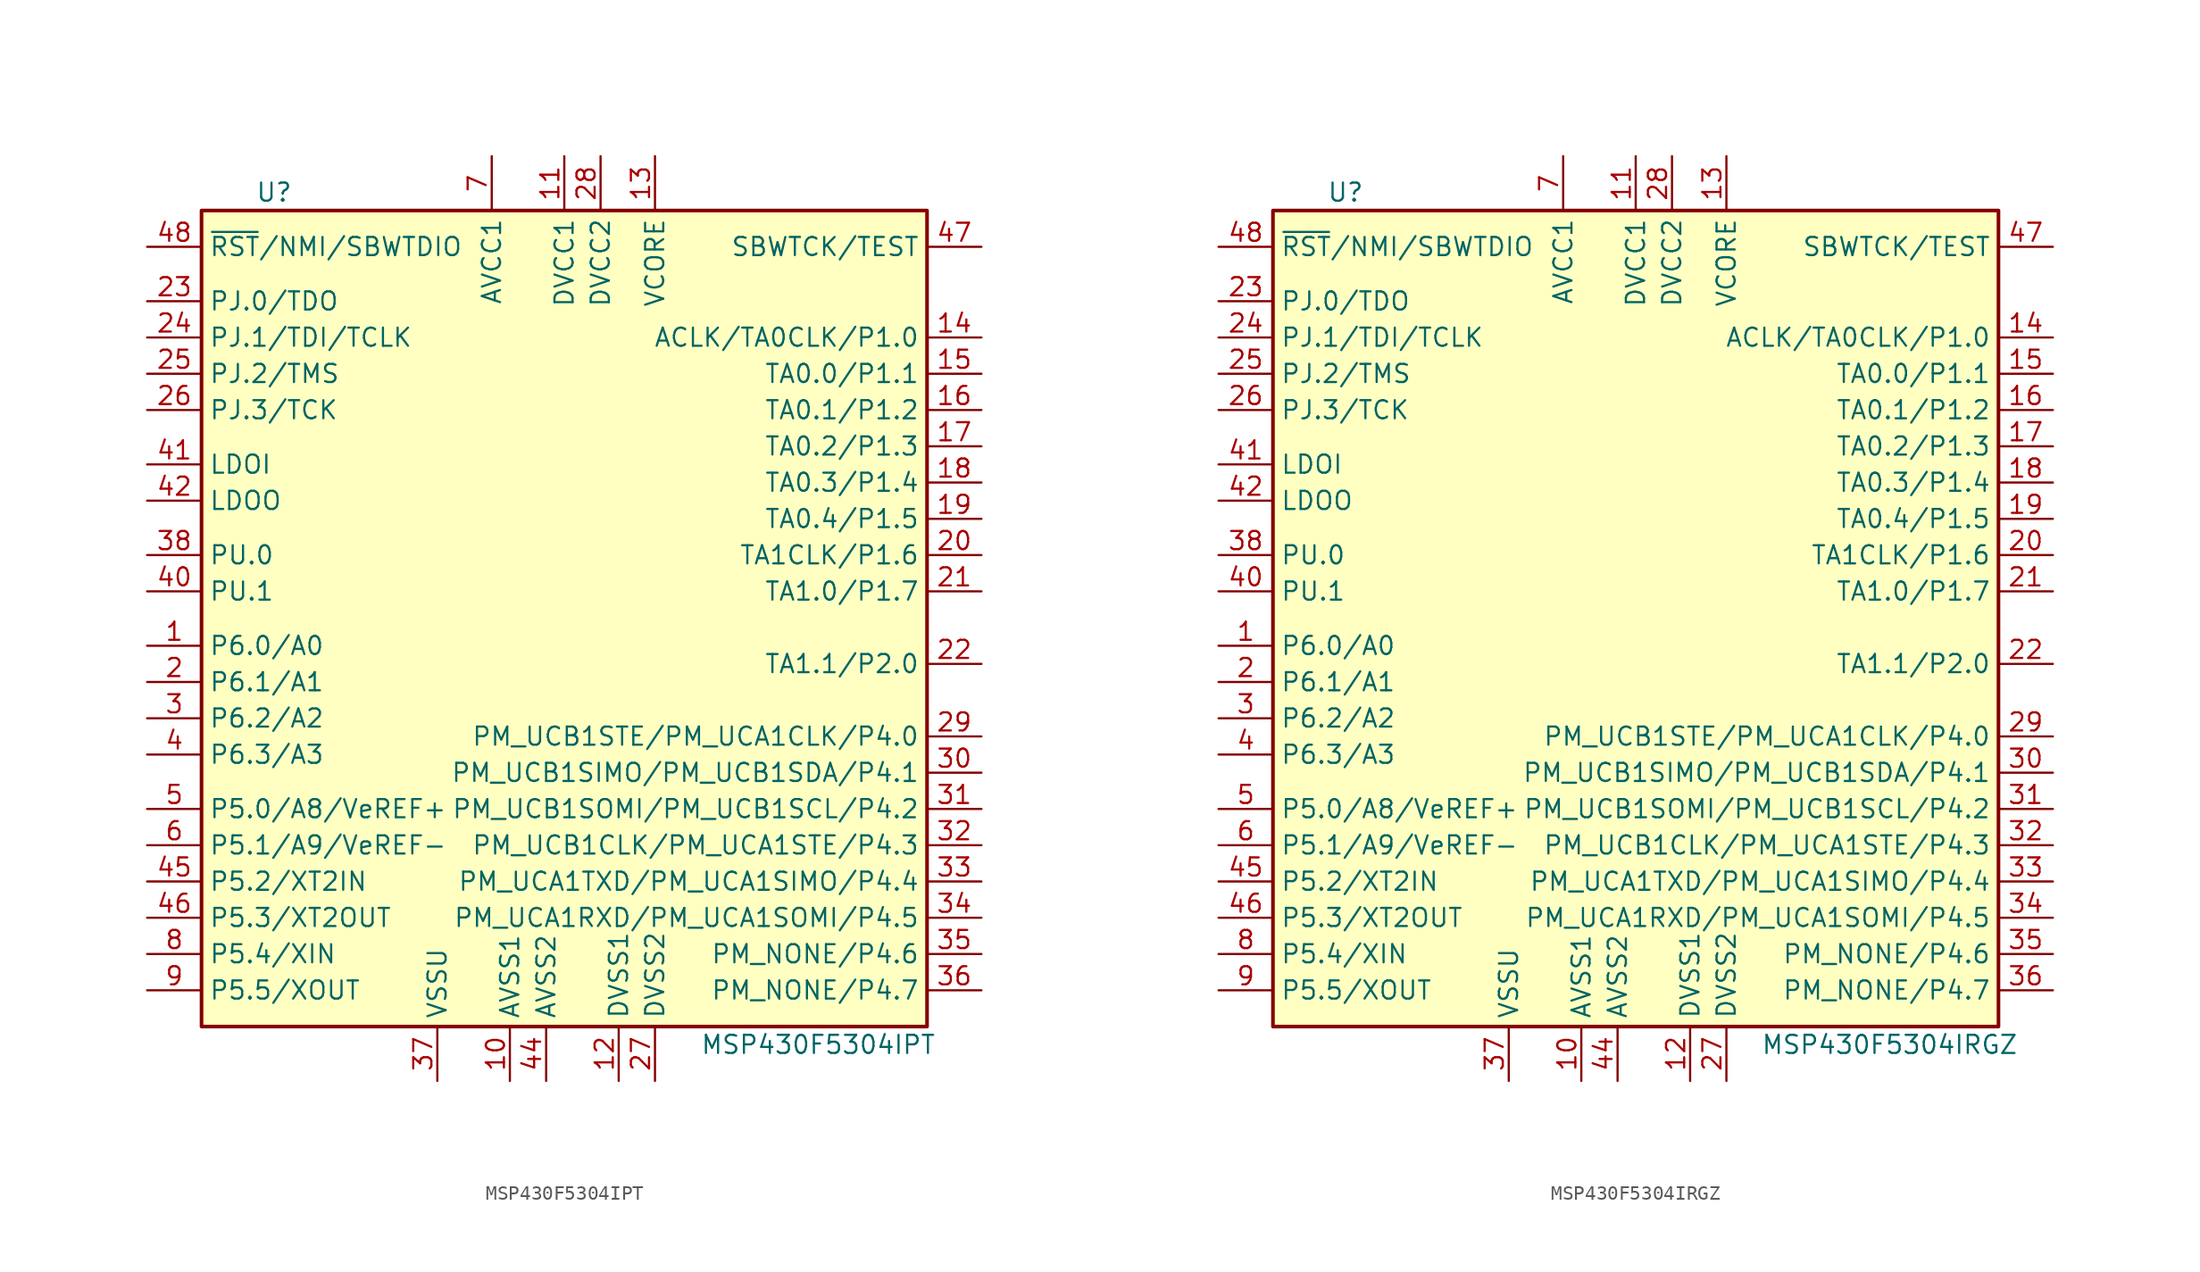
<source format=kicad_sym>
(kicad_symbol_lib
  (version 20201005)
  (generator kicad_symbol_editor)
  (symbol "MSP430F5304IPT"
    (property "Reference" "U"
      (at -21.59 30.48 0)
      (effects (font (size 1.27 1.27))))
    (property "Value" "MSP430F5304IPT"
      (at 16.51 -29.21 0)
      (effects (font (size 1.27 1.27))))
    (symbol "MSP430F5304IPT_0_1"
      (rectangle (start -26.67 29.21) (end 24.13 -27.94) (stroke (width 0.254)) (fill (type background))))
    (symbol "MSP430F5304IPT_1_1"
      (pin bidirectional line (at -30.48 -1.27 0) (length 3.81) (name "P6.0/A0" (effects (font (size 1.27 1.27)))) (number "1" (effects (font (size 1.27 1.27)))))
      (pin power_in line (at -5.08 -31.75 90) (length 3.81) (name "AVSS1" (effects (font (size 1.27 1.27)))) (number "10" (effects (font (size 1.27 1.27)))))
      (pin power_in line (at -1.27 33.02 270) (length 3.81) (name "DVCC1" (effects (font (size 1.27 1.27)))) (number "11" (effects (font (size 1.27 1.27)))))
      (pin power_in line (at 2.54 -31.75 90) (length 3.81) (name "DVSS1" (effects (font (size 1.27 1.27)))) (number "12" (effects (font (size 1.27 1.27)))))
      (pin bidirectional line (at 5.08 33.02 270) (length 3.81) (name "VCORE" (effects (font (size 1.27 1.27)))) (number "13" (effects (font (size 1.27 1.27)))))
      (pin bidirectional line (at 27.94 20.32 180) (length 3.81) (name "ACLK/TA0CLK/P1.0" (effects (font (size 1.27 1.27)))) (number "14" (effects (font (size 1.27 1.27)))))
      (pin bidirectional line (at 27.94 17.78 180) (length 3.81) (name "TA0.0/P1.1" (effects (font (size 1.27 1.27)))) (number "15" (effects (font (size 1.27 1.27)))))
      (pin bidirectional line (at 27.94 15.24 180) (length 3.81) (name "TA0.1/P1.2" (effects (font (size 1.27 1.27)))) (number "16" (effects (font (size 1.27 1.27)))))
      (pin bidirectional line (at 27.94 12.7 180) (length 3.81) (name "TA0.2/P1.3" (effects (font (size 1.27 1.27)))) (number "17" (effects (font (size 1.27 1.27)))))
      (pin bidirectional line (at 27.94 10.16 180) (length 3.81) (name "TA0.3/P1.4" (effects (font (size 1.27 1.27)))) (number "18" (effects (font (size 1.27 1.27)))))
      (pin bidirectional line (at 27.94 7.62 180) (length 3.81) (name "TA0.4/P1.5" (effects (font (size 1.27 1.27)))) (number "19" (effects (font (size 1.27 1.27)))))
      (pin bidirectional line (at -30.48 -3.81 0) (length 3.81) (name "P6.1/A1" (effects (font (size 1.27 1.27)))) (number "2" (effects (font (size 1.27 1.27)))))
      (pin bidirectional line (at 27.94 5.08 180) (length 3.81) (name "TA1CLK/P1.6" (effects (font (size 1.27 1.27)))) (number "20" (effects (font (size 1.27 1.27)))))
      (pin bidirectional line (at 27.94 2.54 180) (length 3.81) (name "TA1.0/P1.7" (effects (font (size 1.27 1.27)))) (number "21" (effects (font (size 1.27 1.27)))))
      (pin bidirectional line (at 27.94 -2.54 180) (length 3.81) (name "TA1.1/P2.0" (effects (font (size 1.27 1.27)))) (number "22" (effects (font (size 1.27 1.27)))))
      (pin bidirectional line (at -30.48 22.86 0) (length 3.81) (name "PJ.0/TDO" (effects (font (size 1.27 1.27)))) (number "23" (effects (font (size 1.27 1.27)))))
      (pin bidirectional line (at -30.48 20.32 0) (length 3.81) (name "PJ.1/TDI/TCLK" (effects (font (size 1.27 1.27)))) (number "24" (effects (font (size 1.27 1.27)))))
      (pin bidirectional line (at -30.48 17.78 0) (length 3.81) (name "PJ.2/TMS" (effects (font (size 1.27 1.27)))) (number "25" (effects (font (size 1.27 1.27)))))
      (pin bidirectional line (at -30.48 15.24 0) (length 3.81) (name "PJ.3/TCK" (effects (font (size 1.27 1.27)))) (number "26" (effects (font (size 1.27 1.27)))))
      (pin power_in line (at 5.08 -31.75 90) (length 3.81) (name "DVSS2" (effects (font (size 1.27 1.27)))) (number "27" (effects (font (size 1.27 1.27)))))
      (pin power_in line (at 1.27 33.02 270) (length 3.81) (name "DVCC2" (effects (font (size 1.27 1.27)))) (number "28" (effects (font (size 1.27 1.27)))))
      (pin bidirectional line (at 27.94 -7.62 180) (length 3.81) (name "PM_UCB1STE/PM_UCA1CLK/P4.0" (effects (font (size 1.27 1.27)))) (number "29" (effects (font (size 1.27 1.27)))))
      (pin bidirectional line (at -30.48 -6.35 0) (length 3.81) (name "P6.2/A2" (effects (font (size 1.27 1.27)))) (number "3" (effects (font (size 1.27 1.27)))))
      (pin bidirectional line (at 27.94 -10.16 180) (length 3.81) (name "PM_UCB1SIMO/PM_UCB1SDA/P4.1" (effects (font (size 1.27 1.27)))) (number "30" (effects (font (size 1.27 1.27)))))
      (pin bidirectional line (at 27.94 -12.7 180) (length 3.81) (name "PM_UCB1SOMI/PM_UCB1SCL/P4.2" (effects (font (size 1.27 1.27)))) (number "31" (effects (font (size 1.27 1.27)))))
      (pin bidirectional line (at 27.94 -15.24 180) (length 3.81) (name "PM_UCB1CLK/PM_UCA1STE/P4.3" (effects (font (size 1.27 1.27)))) (number "32" (effects (font (size 1.27 1.27)))))
      (pin bidirectional line (at 27.94 -17.78 180) (length 3.81) (name "PM_UCA1TXD/PM_UCA1SIMO/P4.4" (effects (font (size 1.27 1.27)))) (number "33" (effects (font (size 1.27 1.27)))))
      (pin bidirectional line (at 27.94 -20.32 180) (length 3.81) (name "PM_UCA1RXD/PM_UCA1SOMI/P4.5" (effects (font (size 1.27 1.27)))) (number "34" (effects (font (size 1.27 1.27)))))
      (pin bidirectional line (at 27.94 -22.86 180) (length 3.81) (name "PM_NONE/P4.6" (effects (font (size 1.27 1.27)))) (number "35" (effects (font (size 1.27 1.27)))))
      (pin bidirectional line (at 27.94 -25.4 180) (length 3.81) (name "PM_NONE/P4.7" (effects (font (size 1.27 1.27)))) (number "36" (effects (font (size 1.27 1.27)))))
      (pin power_in line (at -10.16 -31.75 90) (length 3.81) (name "VSSU" (effects (font (size 1.27 1.27)))) (number "37" (effects (font (size 1.27 1.27)))))
      (pin bidirectional line (at -30.48 5.08 0) (length 3.81) (name "PU.0" (effects (font (size 1.27 1.27)))) (number "38" (effects (font (size 1.27 1.27)))))
      (pin bidirectional line (at -30.48 -8.89 0) (length 3.81) (name "P6.3/A3" (effects (font (size 1.27 1.27)))) (number "4" (effects (font (size 1.27 1.27)))))
      (pin bidirectional line (at -30.48 2.54 0) (length 3.81) (name "PU.1" (effects (font (size 1.27 1.27)))) (number "40" (effects (font (size 1.27 1.27)))))
      (pin power_in line (at -30.48 11.43 0) (length 3.81) (name "LDOI" (effects (font (size 1.27 1.27)))) (number "41" (effects (font (size 1.27 1.27)))))
      (pin power_out line (at -30.48 8.89 0) (length 3.81) (name "LDOO" (effects (font (size 1.27 1.27)))) (number "42" (effects (font (size 1.27 1.27)))))
      (pin power_in line (at -2.54 -31.75 90) (length 3.81) (name "AVSS2" (effects (font (size 1.27 1.27)))) (number "44" (effects (font (size 1.27 1.27)))))
      (pin bidirectional line (at -30.48 -17.78 0) (length 3.81) (name "P5.2/XT2IN" (effects (font (size 1.27 1.27)))) (number "45" (effects (font (size 1.27 1.27)))))
      (pin bidirectional line (at -30.48 -20.32 0) (length 3.81) (name "P5.3/XT2OUT" (effects (font (size 1.27 1.27)))) (number "46" (effects (font (size 1.27 1.27)))))
      (pin input line (at 27.94 26.67 180) (length 3.81) (name "SBWTCK/TEST" (effects (font (size 1.27 1.27)))) (number "47" (effects (font (size 1.27 1.27)))))
      (pin input line (at -30.48 26.67 0) (length 3.81) (name "~RST~/NMI/SBWTDIO" (effects (font (size 1.27 1.27)))) (number "48" (effects (font (size 1.27 1.27)))))
      (pin bidirectional line (at -30.48 -12.7 0) (length 3.81) (name "P5.0/A8/VeREF+" (effects (font (size 1.27 1.27)))) (number "5" (effects (font (size 1.27 1.27)))))
      (pin bidirectional line (at -30.48 -15.24 0) (length 3.81) (name "P5.1/A9/VeREF-" (effects (font (size 1.27 1.27)))) (number "6" (effects (font (size 1.27 1.27)))))
      (pin power_in line (at -6.35 33.02 270) (length 3.81) (name "AVCC1" (effects (font (size 1.27 1.27)))) (number "7" (effects (font (size 1.27 1.27)))))
      (pin bidirectional line (at -30.48 -22.86 0) (length 3.81) (name "P5.4/XIN" (effects (font (size 1.27 1.27)))) (number "8" (effects (font (size 1.27 1.27)))))
      (pin bidirectional line (at -30.48 -25.4 0) (length 3.81) (name "P5.5/XOUT" (effects (font (size 1.27 1.27)))) (number "9" (effects (font (size 1.27 1.27)))))))
  (symbol "MSP430F5304IRGZ"
    (property "Reference" "U"
      (at -21.59 30.48 0)
      (effects (font (size 1.27 1.27))))
    (property "Value" "MSP430F5304IRGZ"
      (at 16.51 -29.21 0)
      (effects (font (size 1.27 1.27))))
    (symbol "MSP430F5304IRGZ_0_1"
      (rectangle (start -26.67 29.21) (end 24.13 -27.94) (stroke (width 0.254)) (fill (type background))))
    (symbol "MSP430F5304IRGZ_1_1"
      (pin bidirectional line (at -30.48 -1.27 0) (length 3.81) (name "P6.0/A0" (effects (font (size 1.27 1.27)))) (number "1" (effects (font (size 1.27 1.27)))))
      (pin power_in line (at -5.08 -31.75 90) (length 3.81) (name "AVSS1" (effects (font (size 1.27 1.27)))) (number "10" (effects (font (size 1.27 1.27)))))
      (pin power_in line (at -1.27 33.02 270) (length 3.81) (name "DVCC1" (effects (font (size 1.27 1.27)))) (number "11" (effects (font (size 1.27 1.27)))))
      (pin power_in line (at 2.54 -31.75 90) (length 3.81) (name "DVSS1" (effects (font (size 1.27 1.27)))) (number "12" (effects (font (size 1.27 1.27)))))
      (pin bidirectional line (at 5.08 33.02 270) (length 3.81) (name "VCORE" (effects (font (size 1.27 1.27)))) (number "13" (effects (font (size 1.27 1.27)))))
      (pin bidirectional line (at 27.94 20.32 180) (length 3.81) (name "ACLK/TA0CLK/P1.0" (effects (font (size 1.27 1.27)))) (number "14" (effects (font (size 1.27 1.27)))))
      (pin bidirectional line (at 27.94 17.78 180) (length 3.81) (name "TA0.0/P1.1" (effects (font (size 1.27 1.27)))) (number "15" (effects (font (size 1.27 1.27)))))
      (pin bidirectional line (at 27.94 15.24 180) (length 3.81) (name "TA0.1/P1.2" (effects (font (size 1.27 1.27)))) (number "16" (effects (font (size 1.27 1.27)))))
      (pin bidirectional line (at 27.94 12.7 180) (length 3.81) (name "TA0.2/P1.3" (effects (font (size 1.27 1.27)))) (number "17" (effects (font (size 1.27 1.27)))))
      (pin bidirectional line (at 27.94 10.16 180) (length 3.81) (name "TA0.3/P1.4" (effects (font (size 1.27 1.27)))) (number "18" (effects (font (size 1.27 1.27)))))
      (pin bidirectional line (at 27.94 7.62 180) (length 3.81) (name "TA0.4/P1.5" (effects (font (size 1.27 1.27)))) (number "19" (effects (font (size 1.27 1.27)))))
      (pin bidirectional line (at -30.48 -3.81 0) (length 3.81) (name "P6.1/A1" (effects (font (size 1.27 1.27)))) (number "2" (effects (font (size 1.27 1.27)))))
      (pin bidirectional line (at 27.94 5.08 180) (length 3.81) (name "TA1CLK/P1.6" (effects (font (size 1.27 1.27)))) (number "20" (effects (font (size 1.27 1.27)))))
      (pin bidirectional line (at 27.94 2.54 180) (length 3.81) (name "TA1.0/P1.7" (effects (font (size 1.27 1.27)))) (number "21" (effects (font (size 1.27 1.27)))))
      (pin bidirectional line (at 27.94 -2.54 180) (length 3.81) (name "TA1.1/P2.0" (effects (font (size 1.27 1.27)))) (number "22" (effects (font (size 1.27 1.27)))))
      (pin bidirectional line (at -30.48 22.86 0) (length 3.81) (name "PJ.0/TDO" (effects (font (size 1.27 1.27)))) (number "23" (effects (font (size 1.27 1.27)))))
      (pin bidirectional line (at -30.48 20.32 0) (length 3.81) (name "PJ.1/TDI/TCLK" (effects (font (size 1.27 1.27)))) (number "24" (effects (font (size 1.27 1.27)))))
      (pin bidirectional line (at -30.48 17.78 0) (length 3.81) (name "PJ.2/TMS" (effects (font (size 1.27 1.27)))) (number "25" (effects (font (size 1.27 1.27)))))
      (pin bidirectional line (at -30.48 15.24 0) (length 3.81) (name "PJ.3/TCK" (effects (font (size 1.27 1.27)))) (number "26" (effects (font (size 1.27 1.27)))))
      (pin power_in line (at 5.08 -31.75 90) (length 3.81) (name "DVSS2" (effects (font (size 1.27 1.27)))) (number "27" (effects (font (size 1.27 1.27)))))
      (pin power_in line (at 1.27 33.02 270) (length 3.81) (name "DVCC2" (effects (font (size 1.27 1.27)))) (number "28" (effects (font (size 1.27 1.27)))))
      (pin bidirectional line (at 27.94 -7.62 180) (length 3.81) (name "PM_UCB1STE/PM_UCA1CLK/P4.0" (effects (font (size 1.27 1.27)))) (number "29" (effects (font (size 1.27 1.27)))))
      (pin bidirectional line (at -30.48 -6.35 0) (length 3.81) (name "P6.2/A2" (effects (font (size 1.27 1.27)))) (number "3" (effects (font (size 1.27 1.27)))))
      (pin bidirectional line (at 27.94 -10.16 180) (length 3.81) (name "PM_UCB1SIMO/PM_UCB1SDA/P4.1" (effects (font (size 1.27 1.27)))) (number "30" (effects (font (size 1.27 1.27)))))
      (pin bidirectional line (at 27.94 -12.7 180) (length 3.81) (name "PM_UCB1SOMI/PM_UCB1SCL/P4.2" (effects (font (size 1.27 1.27)))) (number "31" (effects (font (size 1.27 1.27)))))
      (pin bidirectional line (at 27.94 -15.24 180) (length 3.81) (name "PM_UCB1CLK/PM_UCA1STE/P4.3" (effects (font (size 1.27 1.27)))) (number "32" (effects (font (size 1.27 1.27)))))
      (pin bidirectional line (at 27.94 -17.78 180) (length 3.81) (name "PM_UCA1TXD/PM_UCA1SIMO/P4.4" (effects (font (size 1.27 1.27)))) (number "33" (effects (font (size 1.27 1.27)))))
      (pin bidirectional line (at 27.94 -20.32 180) (length 3.81) (name "PM_UCA1RXD/PM_UCA1SOMI/P4.5" (effects (font (size 1.27 1.27)))) (number "34" (effects (font (size 1.27 1.27)))))
      (pin bidirectional line (at 27.94 -22.86 180) (length 3.81) (name "PM_NONE/P4.6" (effects (font (size 1.27 1.27)))) (number "35" (effects (font (size 1.27 1.27)))))
      (pin bidirectional line (at 27.94 -25.4 180) (length 3.81) (name "PM_NONE/P4.7" (effects (font (size 1.27 1.27)))) (number "36" (effects (font (size 1.27 1.27)))))
      (pin power_in line (at -10.16 -31.75 90) (length 3.81) (name "VSSU" (effects (font (size 1.27 1.27)))) (number "37" (effects (font (size 1.27 1.27)))))
      (pin bidirectional line (at -30.48 5.08 0) (length 3.81) (name "PU.0" (effects (font (size 1.27 1.27)))) (number "38" (effects (font (size 1.27 1.27)))))
      (pin bidirectional line (at -30.48 -8.89 0) (length 3.81) (name "P6.3/A3" (effects (font (size 1.27 1.27)))) (number "4" (effects (font (size 1.27 1.27)))))
      (pin bidirectional line (at -30.48 2.54 0) (length 3.81) (name "PU.1" (effects (font (size 1.27 1.27)))) (number "40" (effects (font (size 1.27 1.27)))))
      (pin power_in line (at -30.48 11.43 0) (length 3.81) (name "LDOI" (effects (font (size 1.27 1.27)))) (number "41" (effects (font (size 1.27 1.27)))))
      (pin power_out line (at -30.48 8.89 0) (length 3.81) (name "LDOO" (effects (font (size 1.27 1.27)))) (number "42" (effects (font (size 1.27 1.27)))))
      (pin power_in line (at -2.54 -31.75 90) (length 3.81) (name "AVSS2" (effects (font (size 1.27 1.27)))) (number "44" (effects (font (size 1.27 1.27)))))
      (pin bidirectional line (at -30.48 -17.78 0) (length 3.81) (name "P5.2/XT2IN" (effects (font (size 1.27 1.27)))) (number "45" (effects (font (size 1.27 1.27)))))
      (pin bidirectional line (at -30.48 -20.32 0) (length 3.81) (name "P5.3/XT2OUT" (effects (font (size 1.27 1.27)))) (number "46" (effects (font (size 1.27 1.27)))))
      (pin input line (at 27.94 26.67 180) (length 3.81) (name "SBWTCK/TEST" (effects (font (size 1.27 1.27)))) (number "47" (effects (font (size 1.27 1.27)))))
      (pin input line (at -30.48 26.67 0) (length 3.81) (name "~RST~/NMI/SBWTDIO" (effects (font (size 1.27 1.27)))) (number "48" (effects (font (size 1.27 1.27)))))
      (pin bidirectional line (at -30.48 -12.7 0) (length 3.81) (name "P5.0/A8/VeREF+" (effects (font (size 1.27 1.27)))) (number "5" (effects (font (size 1.27 1.27)))))
      (pin bidirectional line (at -30.48 -15.24 0) (length 3.81) (name "P5.1/A9/VeREF-" (effects (font (size 1.27 1.27)))) (number "6" (effects (font (size 1.27 1.27)))))
      (pin power_in line (at -6.35 33.02 270) (length 3.81) (name "AVCC1" (effects (font (size 1.27 1.27)))) (number "7" (effects (font (size 1.27 1.27)))))
      (pin bidirectional line (at -30.48 -22.86 0) (length 3.81) (name "P5.4/XIN" (effects (font (size 1.27 1.27)))) (number "8" (effects (font (size 1.27 1.27)))))
      (pin bidirectional line (at -30.48 -25.4 0) (length 3.81) (name "P5.5/XOUT" (effects (font (size 1.27 1.27)))) (number "9" (effects (font (size 1.27 1.27))))))))
</source>
